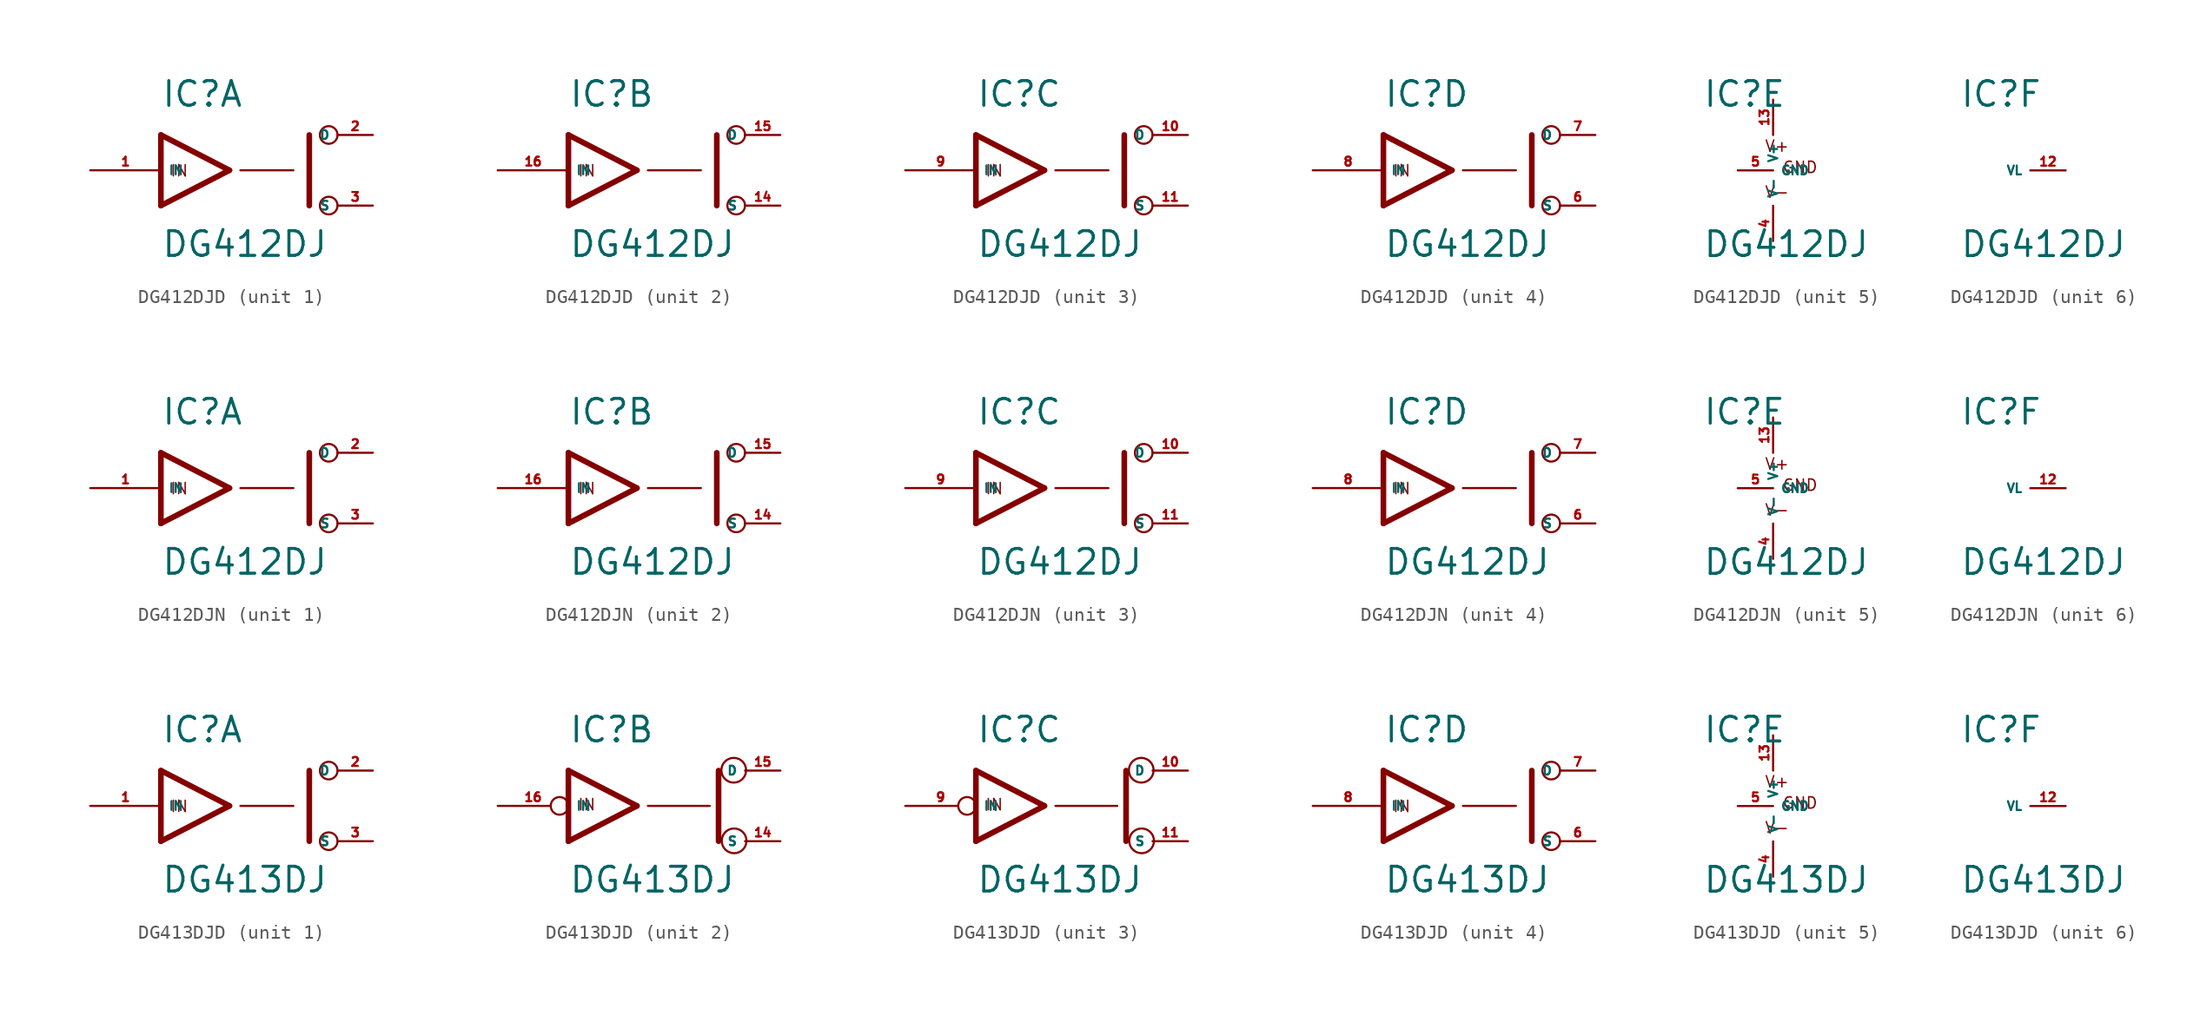
<source format=kicad_sym>
(kicad_symbol_lib
  (version 20220914)
  (generator Eagle2Kicad)
  (symbol "DG412DJD"
    (property "Reference" "IC"
      (at -5.08 4.445 0)
      (effects (font (size 1.778 1.778) (thickness 0.22)) (justify left bottom)))
    (property "Value" "DG412DJ"
      (at -5.08 -6.35 0)
      (effects (font (size 1.778 1.778) (thickness 0.22)) (justify left bottom)))
    (symbol "DG412DJD_1_0"
      (polyline (pts (xy -0.152 0) (xy -5.08 2.54)) (stroke (width 0.406) (type default)) (fill (type none)))
      (polyline (pts (xy -5.08 -2.54) (xy -0.152 0)) (stroke (width 0.406) (type default)) (fill (type none)))
      (polyline (pts (xy -5.08 2.54) (xy -5.08 -2.54)) (stroke (width 0.406) (type default)) (fill (type none)))
      (polyline (pts (xy 5.588 -2.54) (xy 5.588 2.54)) (stroke (width 0.406) (type default)) (fill (type none)))
      (polyline (pts (xy 0.635 0) (xy 4.445 0)) (stroke (width 0.152) (type default)) (fill (type none)))
      (text "IN" (at -4.445 -0.508 0) (effects (font (size 0.813 0.813) (thickness 0.10)) (justify left bottom)))
      (circle (center 6.985 2.54) (radius 0.635) (stroke (width 0.152) (type default)) (fill (type none)))
      (circle (center 6.985 -2.54) (radius 0.635) (stroke (width 0.152) (type default)) (fill (type none)))
      (pin bidirectional line (at 10.16 2.54 180) (length 2.54) (name "D" (effects (font (size 0.635 0.635) (thickness 0.08)) (justify left bottom))) (number "2" (effects (font (size 0.635 0.635) (thickness 0.08)) (justify left bottom))))
      (pin input line (at -10.16 0 0) (length 5.08) (name "IN" (effects (font (size 0.635 0.635) (thickness 0.08)) (justify left bottom))) (number "1" (effects (font (size 0.635 0.635) (thickness 0.08)) (justify left bottom))))
      (pin bidirectional line (at 10.16 -2.54 180) (length 2.54) (name "S" (effects (font (size 0.635 0.635) (thickness 0.08)) (justify left bottom))) (number "3" (effects (font (size 0.635 0.635) (thickness 0.08)) (justify left bottom)))))
    (symbol "DG412DJD_2_0"
      (polyline (pts (xy -0.152 0) (xy -5.08 2.54)) (stroke (width 0.406) (type default)) (fill (type none)))
      (polyline (pts (xy -5.08 -2.54) (xy -0.152 0)) (stroke (width 0.406) (type default)) (fill (type none)))
      (polyline (pts (xy -5.08 2.54) (xy -5.08 -2.54)) (stroke (width 0.406) (type default)) (fill (type none)))
      (polyline (pts (xy 5.588 -2.54) (xy 5.588 2.54)) (stroke (width 0.406) (type default)) (fill (type none)))
      (polyline (pts (xy 0.635 0) (xy 4.445 0)) (stroke (width 0.152) (type default)) (fill (type none)))
      (text "IN" (at -4.445 -0.508 0) (effects (font (size 0.813 0.813) (thickness 0.10)) (justify left bottom)))
      (circle (center 6.985 2.54) (radius 0.635) (stroke (width 0.152) (type default)) (fill (type none)))
      (circle (center 6.985 -2.54) (radius 0.635) (stroke (width 0.152) (type default)) (fill (type none)))
      (pin bidirectional line (at 10.16 2.54 180) (length 2.54) (name "D" (effects (font (size 0.635 0.635) (thickness 0.08)) (justify left bottom))) (number "15" (effects (font (size 0.635 0.635) (thickness 0.08)) (justify left bottom))))
      (pin input line (at -10.16 0 0) (length 5.08) (name "IN" (effects (font (size 0.635 0.635) (thickness 0.08)) (justify left bottom))) (number "16" (effects (font (size 0.635 0.635) (thickness 0.08)) (justify left bottom))))
      (pin bidirectional line (at 10.16 -2.54 180) (length 2.54) (name "S" (effects (font (size 0.635 0.635) (thickness 0.08)) (justify left bottom))) (number "14" (effects (font (size 0.635 0.635) (thickness 0.08)) (justify left bottom)))))
    (symbol "DG412DJD_3_0"
      (polyline (pts (xy -0.152 0) (xy -5.08 2.54)) (stroke (width 0.406) (type default)) (fill (type none)))
      (polyline (pts (xy -5.08 -2.54) (xy -0.152 0)) (stroke (width 0.406) (type default)) (fill (type none)))
      (polyline (pts (xy -5.08 2.54) (xy -5.08 -2.54)) (stroke (width 0.406) (type default)) (fill (type none)))
      (polyline (pts (xy 5.588 -2.54) (xy 5.588 2.54)) (stroke (width 0.406) (type default)) (fill (type none)))
      (polyline (pts (xy 0.635 0) (xy 4.445 0)) (stroke (width 0.152) (type default)) (fill (type none)))
      (text "IN" (at -4.445 -0.508 0) (effects (font (size 0.813 0.813) (thickness 0.10)) (justify left bottom)))
      (circle (center 6.985 2.54) (radius 0.635) (stroke (width 0.152) (type default)) (fill (type none)))
      (circle (center 6.985 -2.54) (radius 0.635) (stroke (width 0.152) (type default)) (fill (type none)))
      (pin bidirectional line (at 10.16 2.54 180) (length 2.54) (name "D" (effects (font (size 0.635 0.635) (thickness 0.08)) (justify left bottom))) (number "10" (effects (font (size 0.635 0.635) (thickness 0.08)) (justify left bottom))))
      (pin input line (at -10.16 0 0) (length 5.08) (name "IN" (effects (font (size 0.635 0.635) (thickness 0.08)) (justify left bottom))) (number "9" (effects (font (size 0.635 0.635) (thickness 0.08)) (justify left bottom))))
      (pin bidirectional line (at 10.16 -2.54 180) (length 2.54) (name "S" (effects (font (size 0.635 0.635) (thickness 0.08)) (justify left bottom))) (number "11" (effects (font (size 0.635 0.635) (thickness 0.08)) (justify left bottom)))))
    (symbol "DG412DJD_4_0"
      (polyline (pts (xy -0.152 0) (xy -5.08 2.54)) (stroke (width 0.406) (type default)) (fill (type none)))
      (polyline (pts (xy -5.08 -2.54) (xy -0.152 0)) (stroke (width 0.406) (type default)) (fill (type none)))
      (polyline (pts (xy -5.08 2.54) (xy -5.08 -2.54)) (stroke (width 0.406) (type default)) (fill (type none)))
      (polyline (pts (xy 5.588 -2.54) (xy 5.588 2.54)) (stroke (width 0.406) (type default)) (fill (type none)))
      (polyline (pts (xy 0.635 0) (xy 4.445 0)) (stroke (width 0.152) (type default)) (fill (type none)))
      (text "IN" (at -4.445 -0.508 0) (effects (font (size 0.813 0.813) (thickness 0.10)) (justify left bottom)))
      (circle (center 6.985 2.54) (radius 0.635) (stroke (width 0.152) (type default)) (fill (type none)))
      (circle (center 6.985 -2.54) (radius 0.635) (stroke (width 0.152) (type default)) (fill (type none)))
      (pin bidirectional line (at 10.16 2.54 180) (length 2.54) (name "D" (effects (font (size 0.635 0.635) (thickness 0.08)) (justify left bottom))) (number "7" (effects (font (size 0.635 0.635) (thickness 0.08)) (justify left bottom))))
      (pin input line (at -10.16 0 0) (length 5.08) (name "IN" (effects (font (size 0.635 0.635) (thickness 0.08)) (justify left bottom))) (number "8" (effects (font (size 0.635 0.635) (thickness 0.08)) (justify left bottom))))
      (pin bidirectional line (at 10.16 -2.54 180) (length 2.54) (name "S" (effects (font (size 0.635 0.635) (thickness 0.08)) (justify left bottom))) (number "6" (effects (font (size 0.635 0.635) (thickness 0.08)) (justify left bottom)))))
    (symbol "DG412DJD_5_0"
      (text "V+" (at -0.635 1.27 0) (effects (font (size 0.813 0.813) (thickness 0.10)) (justify left bottom)))
      (text "V-" (at -0.635 -2.032 0) (effects (font (size 0.813 0.813) (thickness 0.10)) (justify left bottom)))
      (text "GND" (at 0.635 -0.254 0) (effects (font (size 0.813 0.813) (thickness 0.10)) (justify left bottom)))
      (pin unspecified line (at 0 5.08 270) (length 2.54) (name "V+" (effects (font (size 0.635 0.635) (thickness 0.08)) (justify left bottom))) (number "13" (effects (font (size 0.635 0.635) (thickness 0.08)) (justify left bottom))))
      (pin unspecified line (at 0 -5.08 90) (length 2.54) (name "V-" (effects (font (size 0.635 0.635) (thickness 0.08)) (justify left bottom))) (number "4" (effects (font (size 0.635 0.635) (thickness 0.08)) (justify left bottom))))
      (pin unspecified line (at -2.54 0 0) (length 2.54) (name "GND" (effects (font (size 0.635 0.635) (thickness 0.08)) (justify left bottom))) (number "5" (effects (font (size 0.635 0.635) (thickness 0.08)) (justify left bottom)))))
    (symbol "DG412DJD_6_0"
      (pin input line (at 2.54 0 180) (length 2.54) (name "VL" (effects (font (size 0.635 0.635) (thickness 0.08)) (justify left bottom))) (number "12" (effects (font (size 0.635 0.635) (thickness 0.08)) (justify left bottom))))))
  (symbol "DG412DJN"
    (property "Reference" "IC"
      (at -5.08 4.445 0)
      (effects (font (size 1.778 1.778) (thickness 0.22)) (justify left bottom)))
    (property "Value" "DG412DJ"
      (at -5.08 -6.35 0)
      (effects (font (size 1.778 1.778) (thickness 0.22)) (justify left bottom)))
    (symbol "DG412DJN_1_0"
      (polyline (pts (xy -0.152 0) (xy -5.08 2.54)) (stroke (width 0.406) (type default)) (fill (type none)))
      (polyline (pts (xy -5.08 -2.54) (xy -0.152 0)) (stroke (width 0.406) (type default)) (fill (type none)))
      (polyline (pts (xy -5.08 2.54) (xy -5.08 -2.54)) (stroke (width 0.406) (type default)) (fill (type none)))
      (polyline (pts (xy 5.588 -2.54) (xy 5.588 2.54)) (stroke (width 0.406) (type default)) (fill (type none)))
      (polyline (pts (xy 0.635 0) (xy 4.445 0)) (stroke (width 0.152) (type default)) (fill (type none)))
      (text "IN" (at -4.445 -0.508 0) (effects (font (size 0.813 0.813) (thickness 0.10)) (justify left bottom)))
      (circle (center 6.985 2.54) (radius 0.635) (stroke (width 0.152) (type default)) (fill (type none)))
      (circle (center 6.985 -2.54) (radius 0.635) (stroke (width 0.152) (type default)) (fill (type none)))
      (pin bidirectional line (at 10.16 2.54 180) (length 2.54) (name "D" (effects (font (size 0.635 0.635) (thickness 0.08)) (justify left bottom))) (number "2" (effects (font (size 0.635 0.635) (thickness 0.08)) (justify left bottom))))
      (pin input line (at -10.16 0 0) (length 5.08) (name "IN" (effects (font (size 0.635 0.635) (thickness 0.08)) (justify left bottom))) (number "1" (effects (font (size 0.635 0.635) (thickness 0.08)) (justify left bottom))))
      (pin bidirectional line (at 10.16 -2.54 180) (length 2.54) (name "S" (effects (font (size 0.635 0.635) (thickness 0.08)) (justify left bottom))) (number "3" (effects (font (size 0.635 0.635) (thickness 0.08)) (justify left bottom)))))
    (symbol "DG412DJN_2_0"
      (polyline (pts (xy -0.152 0) (xy -5.08 2.54)) (stroke (width 0.406) (type default)) (fill (type none)))
      (polyline (pts (xy -5.08 -2.54) (xy -0.152 0)) (stroke (width 0.406) (type default)) (fill (type none)))
      (polyline (pts (xy -5.08 2.54) (xy -5.08 -2.54)) (stroke (width 0.406) (type default)) (fill (type none)))
      (polyline (pts (xy 5.588 -2.54) (xy 5.588 2.54)) (stroke (width 0.406) (type default)) (fill (type none)))
      (polyline (pts (xy 0.635 0) (xy 4.445 0)) (stroke (width 0.152) (type default)) (fill (type none)))
      (text "IN" (at -4.445 -0.508 0) (effects (font (size 0.813 0.813) (thickness 0.10)) (justify left bottom)))
      (circle (center 6.985 2.54) (radius 0.635) (stroke (width 0.152) (type default)) (fill (type none)))
      (circle (center 6.985 -2.54) (radius 0.635) (stroke (width 0.152) (type default)) (fill (type none)))
      (pin bidirectional line (at 10.16 2.54 180) (length 2.54) (name "D" (effects (font (size 0.635 0.635) (thickness 0.08)) (justify left bottom))) (number "15" (effects (font (size 0.635 0.635) (thickness 0.08)) (justify left bottom))))
      (pin input line (at -10.16 0 0) (length 5.08) (name "IN" (effects (font (size 0.635 0.635) (thickness 0.08)) (justify left bottom))) (number "16" (effects (font (size 0.635 0.635) (thickness 0.08)) (justify left bottom))))
      (pin bidirectional line (at 10.16 -2.54 180) (length 2.54) (name "S" (effects (font (size 0.635 0.635) (thickness 0.08)) (justify left bottom))) (number "14" (effects (font (size 0.635 0.635) (thickness 0.08)) (justify left bottom)))))
    (symbol "DG412DJN_3_0"
      (polyline (pts (xy -0.152 0) (xy -5.08 2.54)) (stroke (width 0.406) (type default)) (fill (type none)))
      (polyline (pts (xy -5.08 -2.54) (xy -0.152 0)) (stroke (width 0.406) (type default)) (fill (type none)))
      (polyline (pts (xy -5.08 2.54) (xy -5.08 -2.54)) (stroke (width 0.406) (type default)) (fill (type none)))
      (polyline (pts (xy 5.588 -2.54) (xy 5.588 2.54)) (stroke (width 0.406) (type default)) (fill (type none)))
      (polyline (pts (xy 0.635 0) (xy 4.445 0)) (stroke (width 0.152) (type default)) (fill (type none)))
      (text "IN" (at -4.445 -0.508 0) (effects (font (size 0.813 0.813) (thickness 0.10)) (justify left bottom)))
      (circle (center 6.985 2.54) (radius 0.635) (stroke (width 0.152) (type default)) (fill (type none)))
      (circle (center 6.985 -2.54) (radius 0.635) (stroke (width 0.152) (type default)) (fill (type none)))
      (pin bidirectional line (at 10.16 2.54 180) (length 2.54) (name "D" (effects (font (size 0.635 0.635) (thickness 0.08)) (justify left bottom))) (number "10" (effects (font (size 0.635 0.635) (thickness 0.08)) (justify left bottom))))
      (pin input line (at -10.16 0 0) (length 5.08) (name "IN" (effects (font (size 0.635 0.635) (thickness 0.08)) (justify left bottom))) (number "9" (effects (font (size 0.635 0.635) (thickness 0.08)) (justify left bottom))))
      (pin bidirectional line (at 10.16 -2.54 180) (length 2.54) (name "S" (effects (font (size 0.635 0.635) (thickness 0.08)) (justify left bottom))) (number "11" (effects (font (size 0.635 0.635) (thickness 0.08)) (justify left bottom)))))
    (symbol "DG412DJN_4_0"
      (polyline (pts (xy -0.152 0) (xy -5.08 2.54)) (stroke (width 0.406) (type default)) (fill (type none)))
      (polyline (pts (xy -5.08 -2.54) (xy -0.152 0)) (stroke (width 0.406) (type default)) (fill (type none)))
      (polyline (pts (xy -5.08 2.54) (xy -5.08 -2.54)) (stroke (width 0.406) (type default)) (fill (type none)))
      (polyline (pts (xy 5.588 -2.54) (xy 5.588 2.54)) (stroke (width 0.406) (type default)) (fill (type none)))
      (polyline (pts (xy 0.635 0) (xy 4.445 0)) (stroke (width 0.152) (type default)) (fill (type none)))
      (text "IN" (at -4.445 -0.508 0) (effects (font (size 0.813 0.813) (thickness 0.10)) (justify left bottom)))
      (circle (center 6.985 2.54) (radius 0.635) (stroke (width 0.152) (type default)) (fill (type none)))
      (circle (center 6.985 -2.54) (radius 0.635) (stroke (width 0.152) (type default)) (fill (type none)))
      (pin bidirectional line (at 10.16 2.54 180) (length 2.54) (name "D" (effects (font (size 0.635 0.635) (thickness 0.08)) (justify left bottom))) (number "7" (effects (font (size 0.635 0.635) (thickness 0.08)) (justify left bottom))))
      (pin input line (at -10.16 0 0) (length 5.08) (name "IN" (effects (font (size 0.635 0.635) (thickness 0.08)) (justify left bottom))) (number "8" (effects (font (size 0.635 0.635) (thickness 0.08)) (justify left bottom))))
      (pin bidirectional line (at 10.16 -2.54 180) (length 2.54) (name "S" (effects (font (size 0.635 0.635) (thickness 0.08)) (justify left bottom))) (number "6" (effects (font (size 0.635 0.635) (thickness 0.08)) (justify left bottom)))))
    (symbol "DG412DJN_5_0"
      (text "V+" (at -0.635 1.27 0) (effects (font (size 0.813 0.813) (thickness 0.10)) (justify left bottom)))
      (text "V-" (at -0.635 -2.032 0) (effects (font (size 0.813 0.813) (thickness 0.10)) (justify left bottom)))
      (text "GND" (at 0.635 -0.254 0) (effects (font (size 0.813 0.813) (thickness 0.10)) (justify left bottom)))
      (pin unspecified line (at 0 5.08 270) (length 2.54) (name "V+" (effects (font (size 0.635 0.635) (thickness 0.08)) (justify left bottom))) (number "13" (effects (font (size 0.635 0.635) (thickness 0.08)) (justify left bottom))))
      (pin unspecified line (at 0 -5.08 90) (length 2.54) (name "V-" (effects (font (size 0.635 0.635) (thickness 0.08)) (justify left bottom))) (number "4" (effects (font (size 0.635 0.635) (thickness 0.08)) (justify left bottom))))
      (pin unspecified line (at -2.54 0 0) (length 2.54) (name "GND" (effects (font (size 0.635 0.635) (thickness 0.08)) (justify left bottom))) (number "5" (effects (font (size 0.635 0.635) (thickness 0.08)) (justify left bottom)))))
    (symbol "DG412DJN_6_0"
      (pin input line (at 2.54 0 180) (length 2.54) (name "VL" (effects (font (size 0.635 0.635) (thickness 0.08)) (justify left bottom))) (number "12" (effects (font (size 0.635 0.635) (thickness 0.08)) (justify left bottom))))))
  (symbol "DG413DJD"
    (property "Reference" "IC"
      (at -5.08 4.445 0)
      (effects (font (size 1.778 1.778) (thickness 0.22)) (justify left bottom)))
    (property "Value" "DG413DJ"
      (at -5.08 -6.35 0)
      (effects (font (size 1.778 1.778) (thickness 0.22)) (justify left bottom)))
    (symbol "DG413DJD_1_0"
      (polyline (pts (xy -0.152 0) (xy -5.08 2.54)) (stroke (width 0.406) (type default)) (fill (type none)))
      (polyline (pts (xy -5.08 -2.54) (xy -0.152 0)) (stroke (width 0.406) (type default)) (fill (type none)))
      (polyline (pts (xy -5.08 2.54) (xy -5.08 -2.54)) (stroke (width 0.406) (type default)) (fill (type none)))
      (polyline (pts (xy 5.588 -2.54) (xy 5.588 2.54)) (stroke (width 0.406) (type default)) (fill (type none)))
      (polyline (pts (xy 0.635 0) (xy 4.445 0)) (stroke (width 0.152) (type default)) (fill (type none)))
      (text "IN" (at -4.445 -0.508 0) (effects (font (size 0.813 0.813) (thickness 0.10)) (justify left bottom)))
      (circle (center 6.985 2.54) (radius 0.635) (stroke (width 0.152) (type default)) (fill (type none)))
      (circle (center 6.985 -2.54) (radius 0.635) (stroke (width 0.152) (type default)) (fill (type none)))
      (pin bidirectional line (at 10.16 2.54 180) (length 2.54) (name "D" (effects (font (size 0.635 0.635) (thickness 0.08)) (justify left bottom))) (number "2" (effects (font (size 0.635 0.635) (thickness 0.08)) (justify left bottom))))
      (pin input line (at -10.16 0 0) (length 5.08) (name "IN" (effects (font (size 0.635 0.635) (thickness 0.08)) (justify left bottom))) (number "1" (effects (font (size 0.635 0.635) (thickness 0.08)) (justify left bottom))))
      (pin bidirectional line (at 10.16 -2.54 180) (length 2.54) (name "S" (effects (font (size 0.635 0.635) (thickness 0.08)) (justify left bottom))) (number "3" (effects (font (size 0.635 0.635) (thickness 0.08)) (justify left bottom)))))
    (symbol "DG413DJD_2_0"
      (polyline (pts (xy -0.152 0) (xy -5.08 2.54)) (stroke (width 0.406) (type default)) (fill (type none)))
      (polyline (pts (xy -5.08 -2.54) (xy -0.152 0)) (stroke (width 0.406) (type default)) (fill (type none)))
      (polyline (pts (xy -5.08 2.54) (xy -5.08 -2.54)) (stroke (width 0.406) (type default)) (fill (type none)))
      (polyline (pts (xy 5.715 -2.54) (xy 5.715 2.54)) (stroke (width 0.406) (type default)) (fill (type none)))
      (polyline (pts (xy 0.635 0) (xy 5.08 0)) (stroke (width 0.152) (type default)) (fill (type none)))
      (text "IN" (at -4.445 -0.381 0) (effects (font (size 0.813 0.813) (thickness 0.10)) (justify left bottom)))
      (circle (center 6.833 -2.515) (radius 0.889) (stroke (width 0.152) (type default)) (fill (type none)))
      (circle (center 6.807 2.565) (radius 0.889) (stroke (width 0.152) (type default)) (fill (type none)))
      (pin bidirectional line (at 10.16 2.54 180) (length 2.54) (name "D" (effects (font (size 0.635 0.635) (thickness 0.08)) (justify left bottom))) (number "15" (effects (font (size 0.635 0.635) (thickness 0.08)) (justify left bottom))))
      (pin input inverted (at -10.16 0 0) (length 5.08) (name "IN" (effects (font (size 0.635 0.635) (thickness 0.08)) (justify left bottom))) (number "16" (effects (font (size 0.635 0.635) (thickness 0.08)) (justify left bottom))))
      (pin bidirectional line (at 10.16 -2.54 180) (length 2.54) (name "S" (effects (font (size 0.635 0.635) (thickness 0.08)) (justify left bottom))) (number "14" (effects (font (size 0.635 0.635) (thickness 0.08)) (justify left bottom)))))
    (symbol "DG413DJD_3_0"
      (polyline (pts (xy -0.152 0) (xy -5.08 2.54)) (stroke (width 0.406) (type default)) (fill (type none)))
      (polyline (pts (xy -5.08 -2.54) (xy -0.152 0)) (stroke (width 0.406) (type default)) (fill (type none)))
      (polyline (pts (xy -5.08 2.54) (xy -5.08 -2.54)) (stroke (width 0.406) (type default)) (fill (type none)))
      (polyline (pts (xy 5.715 -2.54) (xy 5.715 2.54)) (stroke (width 0.406) (type default)) (fill (type none)))
      (polyline (pts (xy 0.635 0) (xy 5.08 0)) (stroke (width 0.152) (type default)) (fill (type none)))
      (text "IN" (at -4.445 -0.381 0) (effects (font (size 0.813 0.813) (thickness 0.10)) (justify left bottom)))
      (circle (center 6.833 -2.515) (radius 0.889) (stroke (width 0.152) (type default)) (fill (type none)))
      (circle (center 6.807 2.565) (radius 0.889) (stroke (width 0.152) (type default)) (fill (type none)))
      (pin bidirectional line (at 10.16 2.54 180) (length 2.54) (name "D" (effects (font (size 0.635 0.635) (thickness 0.08)) (justify left bottom))) (number "10" (effects (font (size 0.635 0.635) (thickness 0.08)) (justify left bottom))))
      (pin input inverted (at -10.16 0 0) (length 5.08) (name "IN" (effects (font (size 0.635 0.635) (thickness 0.08)) (justify left bottom))) (number "9" (effects (font (size 0.635 0.635) (thickness 0.08)) (justify left bottom))))
      (pin bidirectional line (at 10.16 -2.54 180) (length 2.54) (name "S" (effects (font (size 0.635 0.635) (thickness 0.08)) (justify left bottom))) (number "11" (effects (font (size 0.635 0.635) (thickness 0.08)) (justify left bottom)))))
    (symbol "DG413DJD_4_0"
      (polyline (pts (xy -0.152 0) (xy -5.08 2.54)) (stroke (width 0.406) (type default)) (fill (type none)))
      (polyline (pts (xy -5.08 -2.54) (xy -0.152 0)) (stroke (width 0.406) (type default)) (fill (type none)))
      (polyline (pts (xy -5.08 2.54) (xy -5.08 -2.54)) (stroke (width 0.406) (type default)) (fill (type none)))
      (polyline (pts (xy 5.588 -2.54) (xy 5.588 2.54)) (stroke (width 0.406) (type default)) (fill (type none)))
      (polyline (pts (xy 0.635 0) (xy 4.445 0)) (stroke (width 0.152) (type default)) (fill (type none)))
      (text "IN" (at -4.445 -0.508 0) (effects (font (size 0.813 0.813) (thickness 0.10)) (justify left bottom)))
      (circle (center 6.985 2.54) (radius 0.635) (stroke (width 0.152) (type default)) (fill (type none)))
      (circle (center 6.985 -2.54) (radius 0.635) (stroke (width 0.152) (type default)) (fill (type none)))
      (pin bidirectional line (at 10.16 2.54 180) (length 2.54) (name "D" (effects (font (size 0.635 0.635) (thickness 0.08)) (justify left bottom))) (number "7" (effects (font (size 0.635 0.635) (thickness 0.08)) (justify left bottom))))
      (pin input line (at -10.16 0 0) (length 5.08) (name "IN" (effects (font (size 0.635 0.635) (thickness 0.08)) (justify left bottom))) (number "8" (effects (font (size 0.635 0.635) (thickness 0.08)) (justify left bottom))))
      (pin bidirectional line (at 10.16 -2.54 180) (length 2.54) (name "S" (effects (font (size 0.635 0.635) (thickness 0.08)) (justify left bottom))) (number "6" (effects (font (size 0.635 0.635) (thickness 0.08)) (justify left bottom)))))
    (symbol "DG413DJD_5_0"
      (text "V+" (at -0.635 1.27 0) (effects (font (size 0.813 0.813) (thickness 0.10)) (justify left bottom)))
      (text "V-" (at -0.635 -2.032 0) (effects (font (size 0.813 0.813) (thickness 0.10)) (justify left bottom)))
      (text "GND" (at 0.635 -0.254 0) (effects (font (size 0.813 0.813) (thickness 0.10)) (justify left bottom)))
      (pin unspecified line (at 0 5.08 270) (length 2.54) (name "V+" (effects (font (size 0.635 0.635) (thickness 0.08)) (justify left bottom))) (number "13" (effects (font (size 0.635 0.635) (thickness 0.08)) (justify left bottom))))
      (pin unspecified line (at 0 -5.08 90) (length 2.54) (name "V-" (effects (font (size 0.635 0.635) (thickness 0.08)) (justify left bottom))) (number "4" (effects (font (size 0.635 0.635) (thickness 0.08)) (justify left bottom))))
      (pin unspecified line (at -2.54 0 0) (length 2.54) (name "GND" (effects (font (size 0.635 0.635) (thickness 0.08)) (justify left bottom))) (number "5" (effects (font (size 0.635 0.635) (thickness 0.08)) (justify left bottom)))))
    (symbol "DG413DJD_6_0"
      (pin input line (at 2.54 0 180) (length 2.54) (name "VL" (effects (font (size 0.635 0.635) (thickness 0.08)) (justify left bottom))) (number "12" (effects (font (size 0.635 0.635) (thickness 0.08)) (justify left bottom)))))))
</source>
